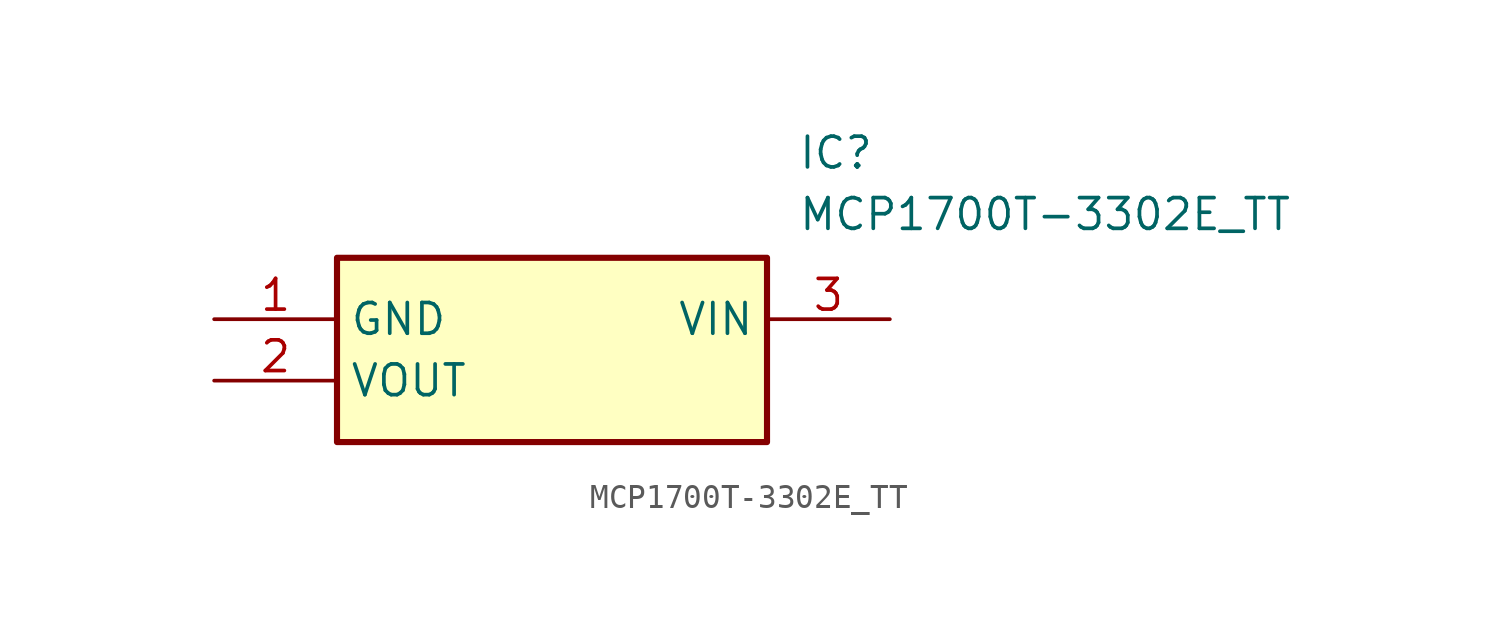
<source format=kicad_sym>
(kicad_symbol_lib
  (version 20211014)
  (generator SamacSys_ECAD_Model)
  (symbol "MCP1700T-3302E_TT"
    (property "Reference" "IC"
      (at 24.13 7.62 0)
      (effects (font (size 1.27 1.27)) (justify left top)))
    (property "Value" "MCP1700T-3302E_TT"
      (at 24.13 5.08 0)
      (effects (font (size 1.27 1.27)) (justify left top)))
    (rectangle
      (start 5.08 2.54)
      (end 22.86 -5.08)
      (stroke (width 0.254) (type default))
      (fill (type background)))
    (pin passive line
      (at 0 0 0)
      (length 5.08)
      (name "GND" (effects (font (size 1.27 1.27))))
      (number "1" (effects (font (size 1.27 1.27)))))
    (pin passive line
      (at 0 -2.54 0)
      (length 5.08)
      (name "VOUT" (effects (font (size 1.27 1.27))))
      (number "2" (effects (font (size 1.27 1.27)))))
    (pin passive line
      (at 27.94 0 180)
      (length 5.08)
      (name "VIN" (effects (font (size 1.27 1.27))))
      (number "3" (effects (font (size 1.27 1.27)))))))
</source>
